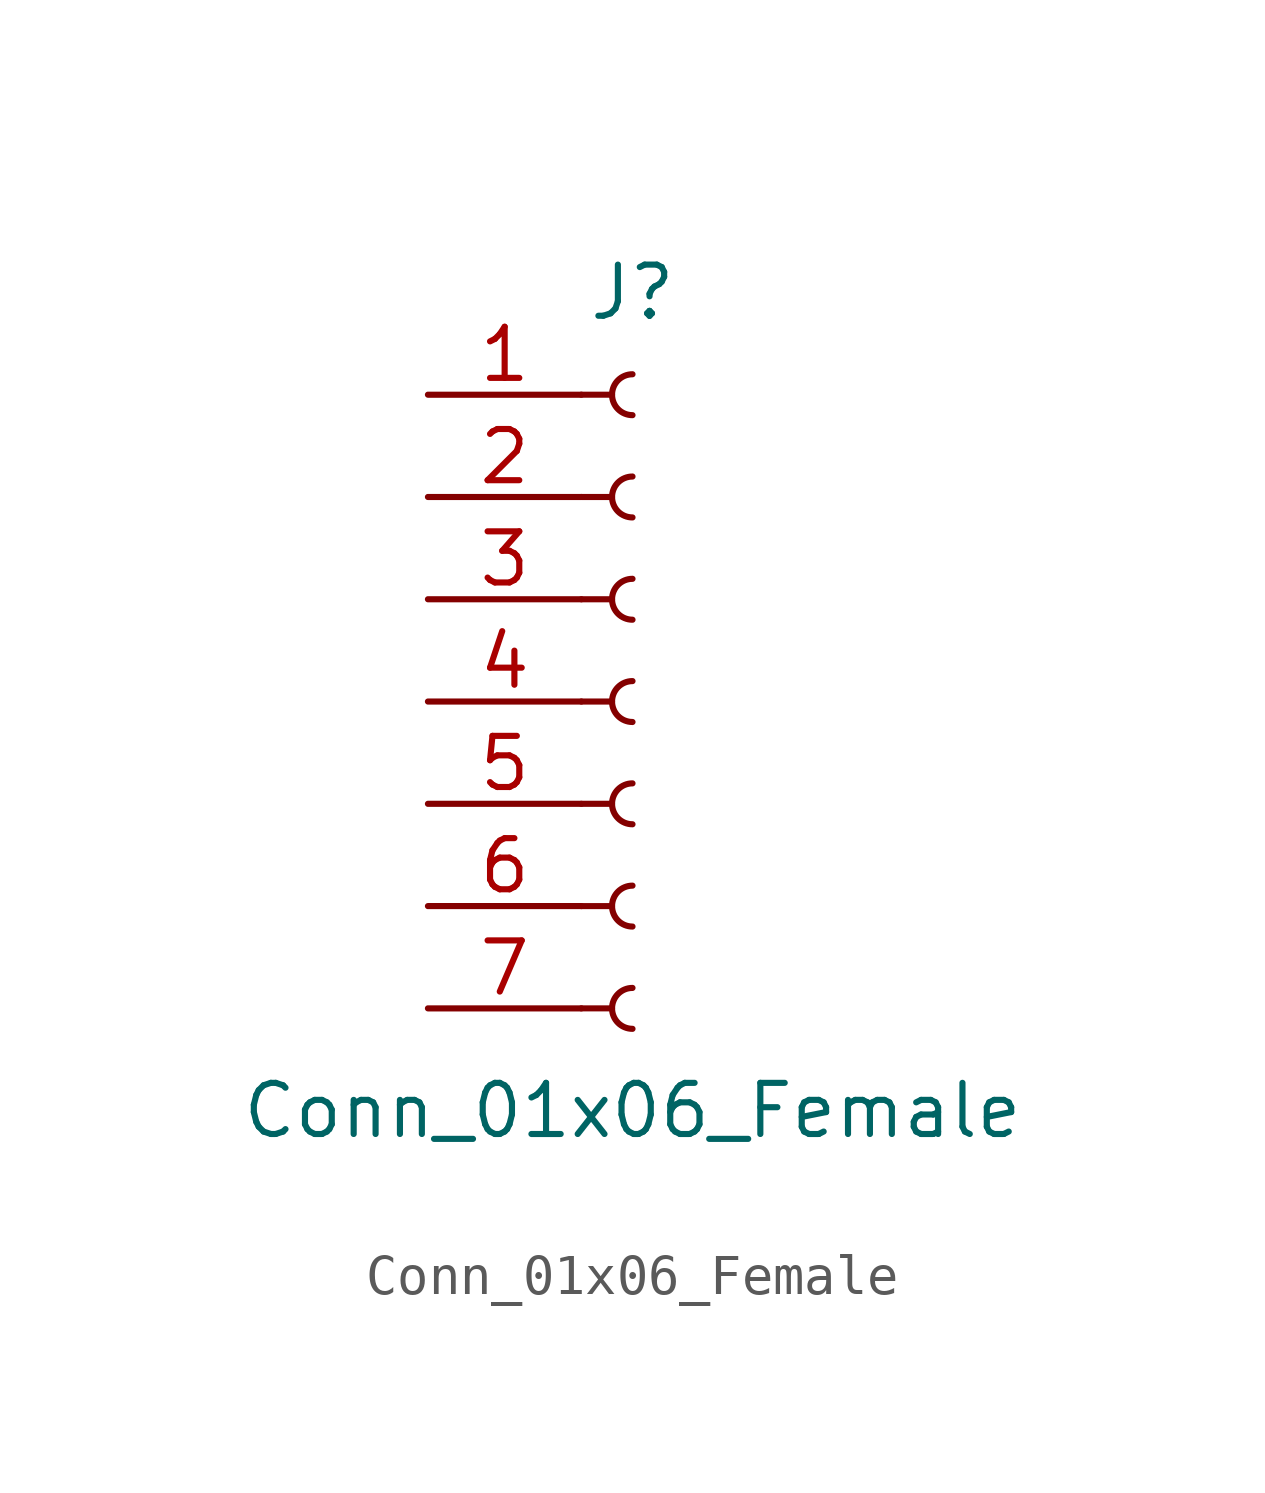
<source format=kicad_sym>
(kicad_symbol_lib
  (version 20211014)
  (generator kicad_symbol_editor)
  (symbol "Conn_01x06_Female"
    (pin_names
      (offset 1.016) hide)
    (property "Reference" "J"
      (at 0 7.62 0)
      (effects (font (size 1.27 1.27))))
    (property "Value" "Conn_01x06_Female"
      (at 0 -12.7 0)
      (effects (font (size 1.27 1.27))))
    (symbol "Conn_01x06_Female_1_1"
      (arc (start 0 -9.652) (mid -0.508 -10.16) (end 0 -10.668) (stroke (width 0.1524) (type default) (color 0 0 0 0)) (fill (type none)))
      (arc (start 0 -7.112) (mid -0.508 -7.62) (end 0 -8.128) (stroke (width 0.1524) (type default) (color 0 0 0 0)) (fill (type none)))
      (arc (start 0 -4.572) (mid -0.508 -5.08) (end 0 -5.588) (stroke (width 0.1524) (type default) (color 0 0 0 0)) (fill (type none)))
      (arc (start 0 -2.032) (mid -0.508 -2.54) (end 0 -3.048) (stroke (width 0.1524) (type default) (color 0 0 0 0)) (fill (type none)))
      (polyline (pts (xy -1.27 -10.16) (xy -0.508 -10.16)) (stroke (width 0.152) (type default) (color 0 0 0 0)) (fill (type none)))
      (polyline (pts (xy -1.27 -7.62) (xy -0.508 -7.62)) (stroke (width 0.152) (type default) (color 0 0 0 0)) (fill (type none)))
      (polyline (pts (xy -1.27 -5.08) (xy -0.508 -5.08)) (stroke (width 0.152) (type default) (color 0 0 0 0)) (fill (type none)))
      (polyline (pts (xy -1.27 -2.54) (xy -0.508 -2.54)) (stroke (width 0.152) (type default) (color 0 0 0 0)) (fill (type none)))
      (polyline (pts (xy -1.27 0) (xy -0.508 0)) (stroke (width 0.152) (type default) (color 0 0 0 0)) (fill (type none)))
      (polyline (pts (xy -1.27 2.54) (xy -0.508 2.54)) (stroke (width 0.152) (type default) (color 0 0 0 0)) (fill (type none)))
      (polyline (pts (xy -1.27 5.08) (xy -0.508 5.08)) (stroke (width 0.152) (type default) (color 0 0 0 0)) (fill (type none)))
      (arc (start 0 0.508) (mid -0.508 0) (end 0 -0.508) (stroke (width 0.1524) (type default) (color 0 0 0 0)) (fill (type none)))
      (arc (start 0 3.048) (mid -0.508 2.54) (end 0 2.032) (stroke (width 0.1524) (type default) (color 0 0 0 0)) (fill (type none)))
      (arc (start 0 5.588) (mid -0.508 5.08) (end 0 4.572) (stroke (width 0.1524) (type default) (color 0 0 0 0)) (fill (type none)))
      (pin passive line (at -5.08 5.08 0) (length 3.81) (name "Pin_1" (effects (font (size 1.27 1.27)))) (number "1" (effects (font (size 1.27 1.27)))))
      (pin passive line (at -5.08 2.54 0) (length 3.81) (name "Pin_2" (effects (font (size 1.27 1.27)))) (number "2" (effects (font (size 1.27 1.27)))))
      (pin passive line (at -5.08 0 0) (length 3.81) (name "Pin_3" (effects (font (size 1.27 1.27)))) (number "3" (effects (font (size 1.27 1.27)))))
      (pin passive line (at -5.08 -2.54 0) (length 3.81) (name "Pin_4" (effects (font (size 1.27 1.27)))) (number "4" (effects (font (size 1.27 1.27)))))
      (pin passive line (at -5.08 -5.08 0) (length 3.81) (name "Pin_5" (effects (font (size 1.27 1.27)))) (number "5" (effects (font (size 1.27 1.27)))))
      (pin passive line (at -5.08 -7.62 0) (length 3.81) (name "Pin_6" (effects (font (size 1.27 1.27)))) (number "6" (effects (font (size 1.27 1.27)))))
      (pin passive line (at -5.08 -10.16 0) (length 3.81) (name "Pin_7" (effects (font (size 1.27 1.27)))) (number "7" (effects (font (size 1.27 1.27))))))))
</source>
